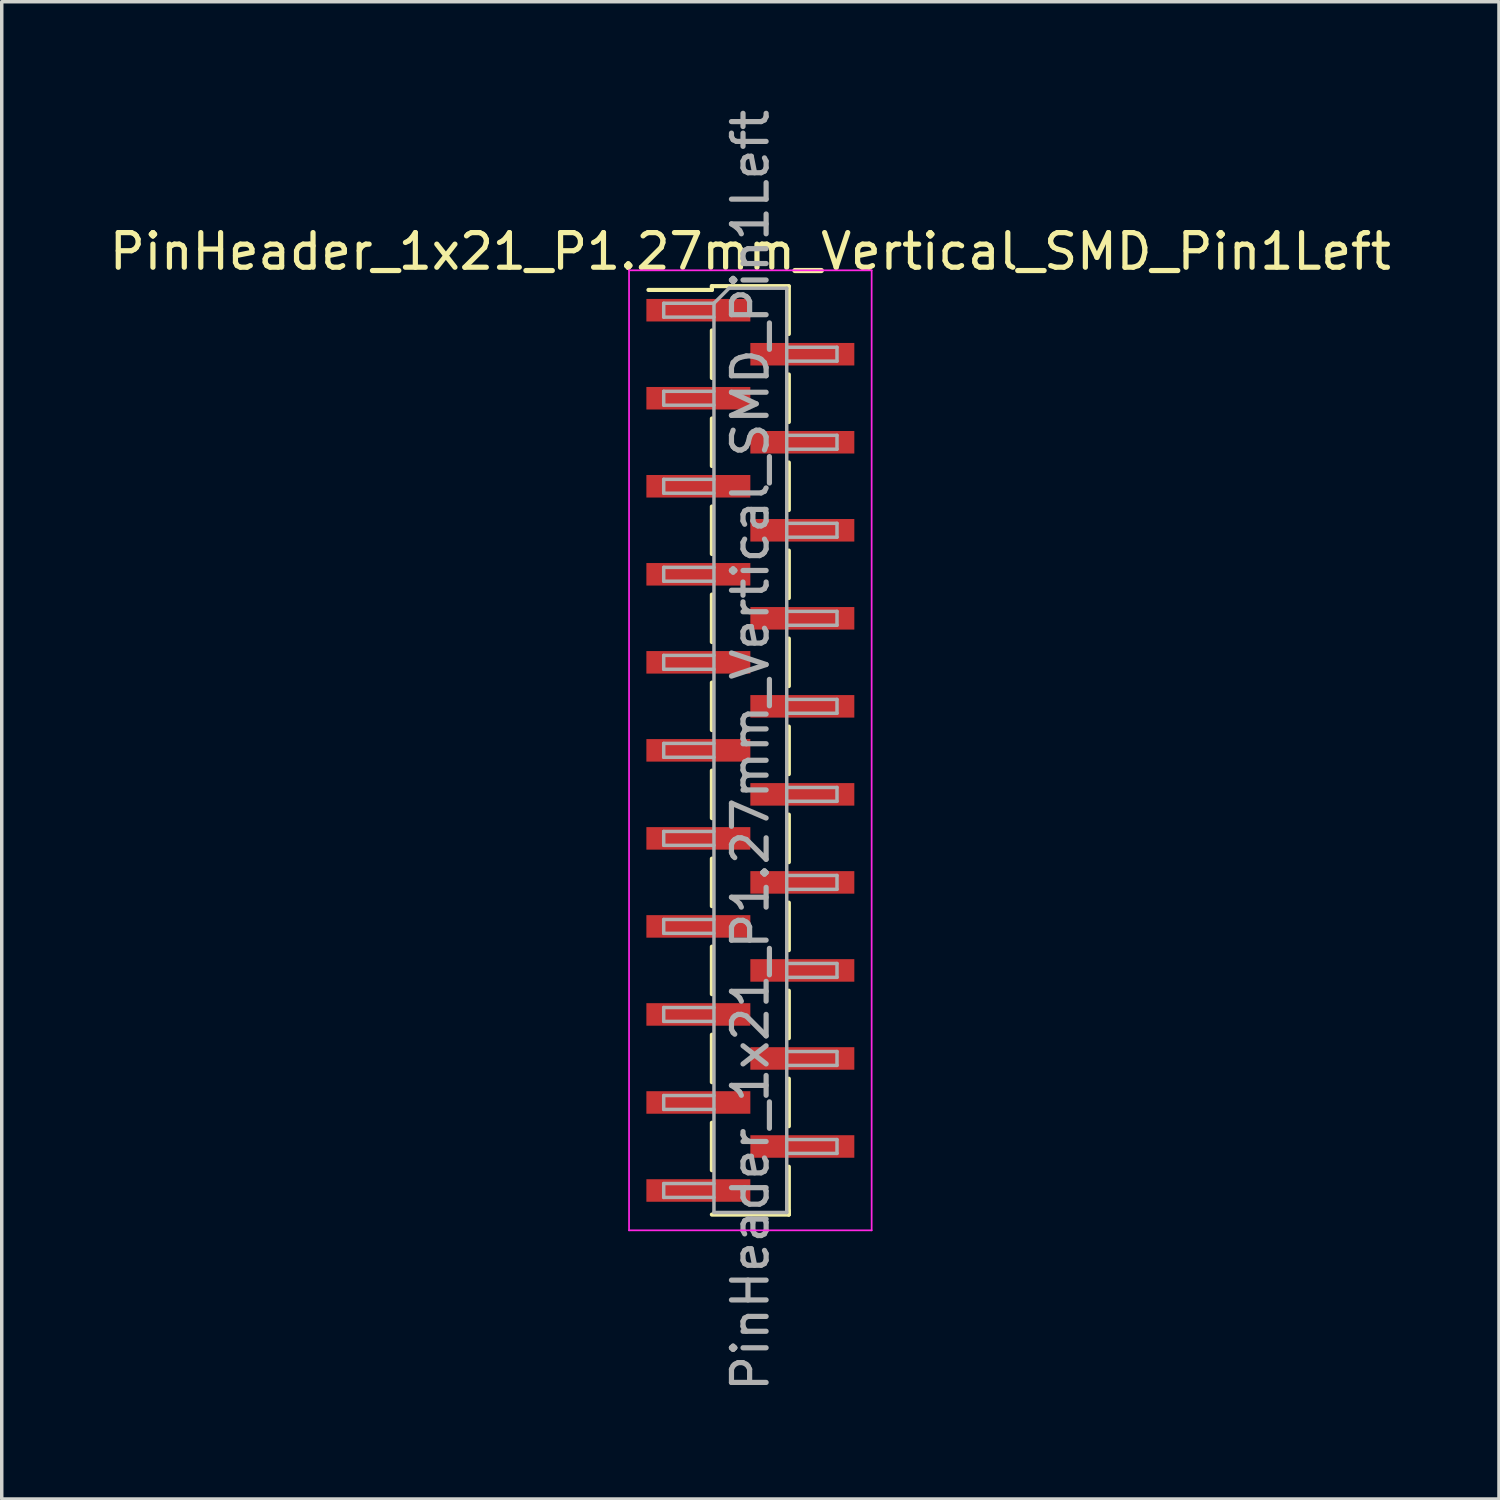
<source format=kicad_pcb>
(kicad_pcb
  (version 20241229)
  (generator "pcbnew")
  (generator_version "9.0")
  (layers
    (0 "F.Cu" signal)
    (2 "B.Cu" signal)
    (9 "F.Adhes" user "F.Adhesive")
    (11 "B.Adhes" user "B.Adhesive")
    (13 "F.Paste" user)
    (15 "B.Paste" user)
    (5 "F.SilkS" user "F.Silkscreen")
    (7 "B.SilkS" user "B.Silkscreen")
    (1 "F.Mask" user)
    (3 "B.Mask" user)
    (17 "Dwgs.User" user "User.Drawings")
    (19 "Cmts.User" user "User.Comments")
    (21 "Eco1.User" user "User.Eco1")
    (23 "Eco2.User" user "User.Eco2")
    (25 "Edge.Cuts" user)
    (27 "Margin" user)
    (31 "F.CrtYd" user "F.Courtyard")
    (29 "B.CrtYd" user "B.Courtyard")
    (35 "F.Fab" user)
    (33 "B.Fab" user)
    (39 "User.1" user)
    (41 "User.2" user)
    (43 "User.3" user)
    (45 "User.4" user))
  (footprint "PinHeader_1x21_P1.27mm_Vertical_SMD_Pin1Left"
    (layer "F.Cu")
    (at 18.601 18.601)
    (property "Reference" "PinHeader_1x21_P1.27mm_Vertical_SMD_Pin1Left" (at 0 -14.395 0) (layer "F.SilkS") (effects (font (size 1 1) (thickness 0.15))))
    (attr smd)
    (fp_line (start -1.11 -13.395) (end -1.11 -13.285) (stroke (width 0.12) (type solid)) (layer "F.SilkS"))
    (fp_line (start -1.11 -13.395) (end 1.11 -13.395) (stroke (width 0.12) (type solid)) (layer "F.SilkS"))
    (fp_line (start -1.11 -13.285) (end -2.94 -13.285) (stroke (width 0.12) (type solid)) (layer "F.SilkS"))
    (fp_line (start -1.11 -12.115) (end -1.11 -10.745) (stroke (width 0.12) (type solid)) (layer "F.SilkS"))
    (fp_line (start -1.11 -9.575) (end -1.11 -8.205) (stroke (width 0.12) (type solid)) (layer "F.SilkS"))
    (fp_line (start -1.11 -7.035) (end -1.11 -5.665) (stroke (width 0.12) (type solid)) (layer "F.SilkS"))
    (fp_line (start -1.11 -4.495) (end -1.11 -3.125) (stroke (width 0.12) (type solid)) (layer "F.SilkS"))
    (fp_line (start -1.11 -1.955) (end -1.11 -0.585) (stroke (width 0.12) (type solid)) (layer "F.SilkS"))
    (fp_line (start -1.11 0.585) (end -1.11 1.955) (stroke (width 0.12) (type solid)) (layer "F.SilkS"))
    (fp_line (start -1.11 3.125) (end -1.11 4.495) (stroke (width 0.12) (type solid)) (layer "F.SilkS"))
    (fp_line (start -1.11 5.665) (end -1.11 7.035) (stroke (width 0.12) (type solid)) (layer "F.SilkS"))
    (fp_line (start -1.11 8.205) (end -1.11 9.575) (stroke (width 0.12) (type solid)) (layer "F.SilkS"))
    (fp_line (start -1.11 10.745) (end -1.11 12.115) (stroke (width 0.12) (type solid)) (layer "F.SilkS"))
    (fp_line (start -1.11 13.395) (end 1.11 13.395) (stroke (width 0.12) (type solid)) (layer "F.SilkS"))
    (fp_line (start 1.11 -13.385) (end 1.11 -12.015) (stroke (width 0.12) (type solid)) (layer "F.SilkS"))
    (fp_line (start 1.11 -10.845) (end 1.11 -9.475) (stroke (width 0.12) (type solid)) (layer "F.SilkS"))
    (fp_line (start 1.11 -8.305) (end 1.11 -6.935) (stroke (width 0.12) (type solid)) (layer "F.SilkS"))
    (fp_line (start 1.11 -5.765) (end 1.11 -4.395) (stroke (width 0.12) (type solid)) (layer "F.SilkS"))
    (fp_line (start 1.11 -3.225) (end 1.11 -1.855) (stroke (width 0.12) (type solid)) (layer "F.SilkS"))
    (fp_line (start 1.11 -0.685) (end 1.11 0.685) (stroke (width 0.12) (type solid)) (layer "F.SilkS"))
    (fp_line (start 1.11 1.855) (end 1.11 3.225) (stroke (width 0.12) (type solid)) (layer "F.SilkS"))
    (fp_line (start 1.11 4.395) (end 1.11 5.765) (stroke (width 0.12) (type solid)) (layer "F.SilkS"))
    (fp_line (start 1.11 6.935) (end 1.11 8.305) (stroke (width 0.12) (type solid)) (layer "F.SilkS"))
    (fp_line (start 1.11 9.475) (end 1.11 10.845) (stroke (width 0.12) (type solid)) (layer "F.SilkS"))
    (fp_line (start 1.11 12.015) (end 1.11 13.385) (stroke (width 0.12) (type solid)) (layer "F.SilkS"))
    (fp_line (start 1.11 13.285) (end 1.11 13.395) (stroke (width 0.12) (type solid)) (layer "F.SilkS"))
    (fp_line (start -3.5 -13.85) (end -3.5 13.85) (stroke (width 0.05) (type solid)) (layer "F.CrtYd"))
    (fp_line (start -3.5 13.85) (end 3.5 13.85) (stroke (width 0.05) (type solid)) (layer "F.CrtYd"))
    (fp_line (start 3.5 -13.85) (end -3.5 -13.85) (stroke (width 0.05) (type solid)) (layer "F.CrtYd"))
    (fp_line (start 3.5 13.85) (end 3.5 -13.85) (stroke (width 0.05) (type solid)) (layer "F.CrtYd"))
    (fp_line (start -2.5 -12.9) (end -2.5 -12.5) (stroke (width 0.1) (type solid)) (layer "F.Fab"))
    (fp_line (start -2.5 -12.5) (end -1.05 -12.5) (stroke (width 0.1) (type solid)) (layer "F.Fab"))
    (fp_line (start -2.5 -10.36) (end -2.5 -9.96) (stroke (width 0.1) (type solid)) (layer "F.Fab"))
    (fp_line (start -2.5 -9.96) (end -1.05 -9.96) (stroke (width 0.1) (type solid)) (layer "F.Fab"))
    (fp_line (start -2.5 -7.82) (end -2.5 -7.42) (stroke (width 0.1) (type solid)) (layer "F.Fab"))
    (fp_line (start -2.5 -7.42) (end -1.05 -7.42) (stroke (width 0.1) (type solid)) (layer "F.Fab"))
    (fp_line (start -2.5 -5.28) (end -2.5 -4.88) (stroke (width 0.1) (type solid)) (layer "F.Fab"))
    (fp_line (start -2.5 -4.88) (end -1.05 -4.88) (stroke (width 0.1) (type solid)) (layer "F.Fab"))
    (fp_line (start -2.5 -2.74) (end -2.5 -2.34) (stroke (width 0.1) (type solid)) (layer "F.Fab"))
    (fp_line (start -2.5 -2.34) (end -1.05 -2.34) (stroke (width 0.1) (type solid)) (layer "F.Fab"))
    (fp_line (start -2.5 -0.2) (end -2.5 0.2) (stroke (width 0.1) (type solid)) (layer "F.Fab"))
    (fp_line (start -2.5 0.2) (end -1.05 0.2) (stroke (width 0.1) (type solid)) (layer "F.Fab"))
    (fp_line (start -2.5 2.34) (end -2.5 2.74) (stroke (width 0.1) (type solid)) (layer "F.Fab"))
    (fp_line (start -2.5 2.74) (end -1.05 2.74) (stroke (width 0.1) (type solid)) (layer "F.Fab"))
    (fp_line (start -2.5 4.88) (end -2.5 5.28) (stroke (width 0.1) (type solid)) (layer "F.Fab"))
    (fp_line (start -2.5 5.28) (end -1.05 5.28) (stroke (width 0.1) (type solid)) (layer "F.Fab"))
    (fp_line (start -2.5 7.42) (end -2.5 7.82) (stroke (width 0.1) (type solid)) (layer "F.Fab"))
    (fp_line (start -2.5 7.82) (end -1.05 7.82) (stroke (width 0.1) (type solid)) (layer "F.Fab"))
    (fp_line (start -2.5 9.96) (end -2.5 10.36) (stroke (width 0.1) (type solid)) (layer "F.Fab"))
    (fp_line (start -2.5 10.36) (end -1.05 10.36) (stroke (width 0.1) (type solid)) (layer "F.Fab"))
    (fp_line (start -2.5 12.5) (end -2.5 12.9) (stroke (width 0.1) (type solid)) (layer "F.Fab"))
    (fp_line (start -2.5 12.9) (end -1.05 12.9) (stroke (width 0.1) (type solid)) (layer "F.Fab"))
    (fp_line (start -1.05 -12.9) (end -2.5 -12.9) (stroke (width 0.1) (type solid)) (layer "F.Fab"))
    (fp_line (start -1.05 -12.9) (end -0.615 -13.335) (stroke (width 0.1) (type solid)) (layer "F.Fab"))
    (fp_line (start -1.05 -10.36) (end -2.5 -10.36) (stroke (width 0.1) (type solid)) (layer "F.Fab"))
    (fp_line (start -1.05 -7.82) (end -2.5 -7.82) (stroke (width 0.1) (type solid)) (layer "F.Fab"))
    (fp_line (start -1.05 -5.28) (end -2.5 -5.28) (stroke (width 0.1) (type solid)) (layer "F.Fab"))
    (fp_line (start -1.05 -2.74) (end -2.5 -2.74) (stroke (width 0.1) (type solid)) (layer "F.Fab"))
    (fp_line (start -1.05 -0.2) (end -2.5 -0.2) (stroke (width 0.1) (type solid)) (layer "F.Fab"))
    (fp_line (start -1.05 2.34) (end -2.5 2.34) (stroke (width 0.1) (type solid)) (layer "F.Fab"))
    (fp_line (start -1.05 4.88) (end -2.5 4.88) (stroke (width 0.1) (type solid)) (layer "F.Fab"))
    (fp_line (start -1.05 7.42) (end -2.5 7.42) (stroke (width 0.1) (type solid)) (layer "F.Fab"))
    (fp_line (start -1.05 9.96) (end -2.5 9.96) (stroke (width 0.1) (type solid)) (layer "F.Fab"))
    (fp_line (start -1.05 12.5) (end -2.5 12.5) (stroke (width 0.1) (type solid)) (layer "F.Fab"))
    (fp_line (start -1.05 13.335) (end -1.05 -12.9) (stroke (width 0.1) (type solid)) (layer "F.Fab"))
    (fp_line (start -0.615 -13.335) (end 1.05 -13.335) (stroke (width 0.1) (type solid)) (layer "F.Fab"))
    (fp_line (start 1.05 -13.335) (end 1.05 13.335) (stroke (width 0.1) (type solid)) (layer "F.Fab"))
    (fp_line (start 1.05 -11.63) (end 2.5 -11.63) (stroke (width 0.1) (type solid)) (layer "F.Fab"))
    (fp_line (start 1.05 -9.09) (end 2.5 -9.09) (stroke (width 0.1) (type solid)) (layer "F.Fab"))
    (fp_line (start 1.05 -6.55) (end 2.5 -6.55) (stroke (width 0.1) (type solid)) (layer "F.Fab"))
    (fp_line (start 1.05 -4.01) (end 2.5 -4.01) (stroke (width 0.1) (type solid)) (layer "F.Fab"))
    (fp_line (start 1.05 -1.47) (end 2.5 -1.47) (stroke (width 0.1) (type solid)) (layer "F.Fab"))
    (fp_line (start 1.05 1.07) (end 2.5 1.07) (stroke (width 0.1) (type solid)) (layer "F.Fab"))
    (fp_line (start 1.05 3.61) (end 2.5 3.61) (stroke (width 0.1) (type solid)) (layer "F.Fab"))
    (fp_line (start 1.05 6.15) (end 2.5 6.15) (stroke (width 0.1) (type solid)) (layer "F.Fab"))
    (fp_line (start 1.05 8.69) (end 2.5 8.69) (stroke (width 0.1) (type solid)) (layer "F.Fab"))
    (fp_line (start 1.05 11.23) (end 2.5 11.23) (stroke (width 0.1) (type solid)) (layer "F.Fab"))
    (fp_line (start 1.05 13.335) (end -1.05 13.335) (stroke (width 0.1) (type solid)) (layer "F.Fab"))
    (fp_line (start 2.5 -11.63) (end 2.5 -11.23) (stroke (width 0.1) (type solid)) (layer "F.Fab"))
    (fp_line (start 2.5 -11.23) (end 1.05 -11.23) (stroke (width 0.1) (type solid)) (layer "F.Fab"))
    (fp_line (start 2.5 -9.09) (end 2.5 -8.69) (stroke (width 0.1) (type solid)) (layer "F.Fab"))
    (fp_line (start 2.5 -8.69) (end 1.05 -8.69) (stroke (width 0.1) (type solid)) (layer "F.Fab"))
    (fp_line (start 2.5 -6.55) (end 2.5 -6.15) (stroke (width 0.1) (type solid)) (layer "F.Fab"))
    (fp_line (start 2.5 -6.15) (end 1.05 -6.15) (stroke (width 0.1) (type solid)) (layer "F.Fab"))
    (fp_line (start 2.5 -4.01) (end 2.5 -3.61) (stroke (width 0.1) (type solid)) (layer "F.Fab"))
    (fp_line (start 2.5 -3.61) (end 1.05 -3.61) (stroke (width 0.1) (type solid)) (layer "F.Fab"))
    (fp_line (start 2.5 -1.47) (end 2.5 -1.07) (stroke (width 0.1) (type solid)) (layer "F.Fab"))
    (fp_line (start 2.5 -1.07) (end 1.05 -1.07) (stroke (width 0.1) (type solid)) (layer "F.Fab"))
    (fp_line (start 2.5 1.07) (end 2.5 1.47) (stroke (width 0.1) (type solid)) (layer "F.Fab"))
    (fp_line (start 2.5 1.47) (end 1.05 1.47) (stroke (width 0.1) (type solid)) (layer "F.Fab"))
    (fp_line (start 2.5 3.61) (end 2.5 4.01) (stroke (width 0.1) (type solid)) (layer "F.Fab"))
    (fp_line (start 2.5 4.01) (end 1.05 4.01) (stroke (width 0.1) (type solid)) (layer "F.Fab"))
    (fp_line (start 2.5 6.15) (end 2.5 6.55) (stroke (width 0.1) (type solid)) (layer "F.Fab"))
    (fp_line (start 2.5 6.55) (end 1.05 6.55) (stroke (width 0.1) (type solid)) (layer "F.Fab"))
    (fp_line (start 2.5 8.69) (end 2.5 9.09) (stroke (width 0.1) (type solid)) (layer "F.Fab"))
    (fp_line (start 2.5 9.09) (end 1.05 9.09) (stroke (width 0.1) (type solid)) (layer "F.Fab"))
    (fp_line (start 2.5 11.23) (end 2.5 11.63) (stroke (width 0.1) (type solid)) (layer "F.Fab"))
    (fp_line (start 2.5 11.63) (end 1.05 11.63) (stroke (width 0.1) (type solid)) (layer "F.Fab"))
    (fp_text user "${REFERENCE}" (at 0 0 90) (layer "F.Fab") (effects (font (size 1 1) (thickness 0.15))))
    (pad "1" smd rect (at -1.5 -12.7) (size 3 0.65) (layers "F.Cu" "F.Mask" "F.Paste"))
    (pad "2" smd rect (at 1.5 -11.43) (size 3 0.65) (layers "F.Cu" "F.Mask" "F.Paste"))
    (pad "3" smd rect (at -1.5 -10.16) (size 3 0.65) (layers "F.Cu" "F.Mask" "F.Paste"))
    (pad "4" smd rect (at 1.5 -8.89) (size 3 0.65) (layers "F.Cu" "F.Mask" "F.Paste"))
    (pad "5" smd rect (at -1.5 -7.62) (size 3 0.65) (layers "F.Cu" "F.Mask" "F.Paste"))
    (pad "6" smd rect (at 1.5 -6.35) (size 3 0.65) (layers "F.Cu" "F.Mask" "F.Paste"))
    (pad "7" smd rect (at -1.5 -5.08) (size 3 0.65) (layers "F.Cu" "F.Mask" "F.Paste"))
    (pad "8" smd rect (at 1.5 -3.81) (size 3 0.65) (layers "F.Cu" "F.Mask" "F.Paste"))
    (pad "9" smd rect (at -1.5 -2.54) (size 3 0.65) (layers "F.Cu" "F.Mask" "F.Paste"))
    (pad "10" smd rect (at 1.5 -1.27) (size 3 0.65) (layers "F.Cu" "F.Mask" "F.Paste"))
    (pad "11" smd rect (at -1.5 0) (size 3 0.65) (layers "F.Cu" "F.Mask" "F.Paste"))
    (pad "12" smd rect (at 1.5 1.27) (size 3 0.65) (layers "F.Cu" "F.Mask" "F.Paste"))
    (pad "13" smd rect (at -1.5 2.54) (size 3 0.65) (layers "F.Cu" "F.Mask" "F.Paste"))
    (pad "14" smd rect (at 1.5 3.81) (size 3 0.65) (layers "F.Cu" "F.Mask" "F.Paste"))
    (pad "15" smd rect (at -1.5 5.08) (size 3 0.65) (layers "F.Cu" "F.Mask" "F.Paste"))
    (pad "16" smd rect (at 1.5 6.35) (size 3 0.65) (layers "F.Cu" "F.Mask" "F.Paste"))
    (pad "17" smd rect (at -1.5 7.62) (size 3 0.65) (layers "F.Cu" "F.Mask" "F.Paste"))
    (pad "18" smd rect (at 1.5 8.89) (size 3 0.65) (layers "F.Cu" "F.Mask" "F.Paste"))
    (pad "19" smd rect (at -1.5 10.16) (size 3 0.65) (layers "F.Cu" "F.Mask" "F.Paste"))
    (pad "20" smd rect (at 1.5 11.43) (size 3 0.65) (layers "F.Cu" "F.Mask" "F.Paste"))
    (pad "21" smd rect (at -1.5 12.7) (size 3 0.65) (layers "F.Cu" "F.Mask" "F.Paste")))
  (gr_rect
    (start -3 -3)
    (end 40.202 40.202)
    (stroke (width 0.1) (type default))
    (fill no)
    (layer "Edge.Cuts")))
</source>
